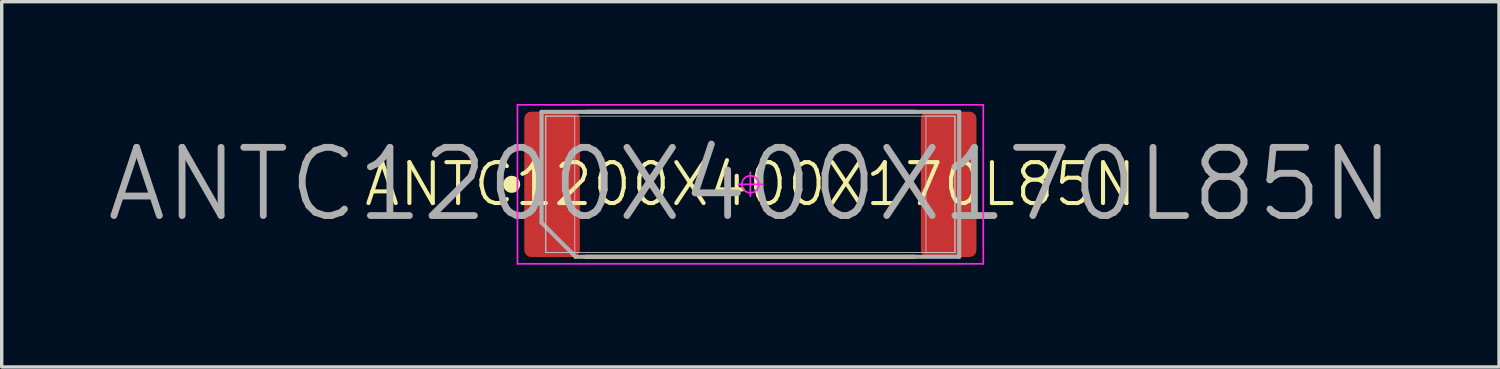
<source format=kicad_pcb>
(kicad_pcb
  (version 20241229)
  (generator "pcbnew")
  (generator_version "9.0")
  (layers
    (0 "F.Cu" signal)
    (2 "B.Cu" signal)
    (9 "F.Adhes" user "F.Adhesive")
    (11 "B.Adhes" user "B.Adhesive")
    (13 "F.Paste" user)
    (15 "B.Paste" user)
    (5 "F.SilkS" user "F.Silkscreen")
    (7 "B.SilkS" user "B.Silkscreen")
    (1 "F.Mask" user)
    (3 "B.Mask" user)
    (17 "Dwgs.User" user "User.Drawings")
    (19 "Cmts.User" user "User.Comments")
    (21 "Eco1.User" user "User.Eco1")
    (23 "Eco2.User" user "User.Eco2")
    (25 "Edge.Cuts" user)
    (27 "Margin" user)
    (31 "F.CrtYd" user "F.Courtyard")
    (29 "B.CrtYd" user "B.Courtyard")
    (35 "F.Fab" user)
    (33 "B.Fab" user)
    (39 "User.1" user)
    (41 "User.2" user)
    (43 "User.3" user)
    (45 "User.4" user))
  (footprint "ANTC1200X400X170L85N"
    (layer "F.Cu")
    (at 18.957 2.356)
    (property "Reference" "ANTC1200X400X170L85N" (at 0 0 0) (layer "F.SilkS") (effects (font (size 1.2 1.2) (thickness 0.12))))
    (attr smd)
    (fp_line (start -4.821 -2.125) (end 4.821 -2.125) (stroke (width 0.12) (type solid)) (layer "F.SilkS"))
    (fp_line (start -4.821 2.125) (end 4.821 2.125) (stroke (width 0.12) (type solid)) (layer "F.SilkS"))
    (fp_circle (center -7.001 0) (end -7.001 0.125) (stroke (width 0.25) (type solid)) (fill no) (layer "F.SilkS"))
    (fp_line (start -6 -2) (end -5.15 -2) (stroke (width 0.025) (type solid)) (layer "Dwgs.User"))
    (fp_line (start -6 -2) (end 6 -2) (stroke (width 0.025) (type solid)) (layer "Dwgs.User"))
    (fp_line (start -6 2) (end -6 -2) (stroke (width 0.025) (type solid)) (layer "Dwgs.User"))
    (fp_line (start -6 2) (end -6 -2) (stroke (width 0.025) (type solid)) (layer "Dwgs.User"))
    (fp_line (start -5.15 -2) (end -5.15 2) (stroke (width 0.025) (type solid)) (layer "Dwgs.User"))
    (fp_line (start -5.15 2) (end -6 2) (stroke (width 0.025) (type solid)) (layer "Dwgs.User"))
    (fp_line (start 5.15 -2) (end 6 -2) (stroke (width 0.025) (type solid)) (layer "Dwgs.User"))
    (fp_line (start 5.15 2) (end 5.15 -2) (stroke (width 0.025) (type solid)) (layer "Dwgs.User"))
    (fp_line (start 6 -2) (end 6 2) (stroke (width 0.025) (type solid)) (layer "Dwgs.User"))
    (fp_line (start 6 -2) (end 6 2) (stroke (width 0.025) (type solid)) (layer "Dwgs.User"))
    (fp_line (start 6 2) (end -6 2) (stroke (width 0.025) (type solid)) (layer "Dwgs.User"))
    (fp_line (start 6 2) (end 5.15 2) (stroke (width 0.025) (type solid)) (layer "Dwgs.User"))
    (fp_line (start -6.831 -2.331) (end 6.831 -2.331) (stroke (width 0.05) (type solid)) (layer "F.CrtYd"))
    (fp_line (start -6.831 2.331) (end -6.831 -2.331) (stroke (width 0.05) (type solid)) (layer "F.CrtYd"))
    (fp_line (start 0 -0.35) (end 0 0.35) (stroke (width 0.05) (type solid)) (layer "F.CrtYd"))
    (fp_line (start 0.35 0) (end -0.35 0) (stroke (width 0.05) (type solid)) (layer "F.CrtYd"))
    (fp_line (start 6.831 -2.331) (end 6.831 2.331) (stroke (width 0.05) (type solid)) (layer "F.CrtYd"))
    (fp_line (start 6.831 2.331) (end -6.831 2.331) (stroke (width 0.05) (type solid)) (layer "F.CrtYd"))
    (fp_circle (center 0 0) (end 0 0.25) (stroke (width 0.05) (type solid)) (fill no) (layer "F.CrtYd"))
    (fp_line (start -6.125 -2.125) (end -6.125 1.125) (stroke (width 0.12) (type solid)) (layer "F.Fab"))
    (fp_line (start -6.125 1.125) (end -5.125 2.125) (stroke (width 0.12) (type solid)) (layer "F.Fab"))
    (fp_line (start -5.125 2.125) (end 6.125 2.125) (stroke (width 0.12) (type solid)) (layer "F.Fab"))
    (fp_line (start 6.125 -2.125) (end -6.125 -2.125) (stroke (width 0.12) (type solid)) (layer "F.Fab"))
    (fp_line (start 6.125 2.125) (end 6.125 -2.125) (stroke (width 0.12) (type solid)) (layer "F.Fab"))
    (fp_text user "${REFERENCE}" (at 0 0 0) (layer "F.Fab") (effects (font (size 2 2) (thickness 0.2))))
    (pad "1" smd roundrect (at -5.816 0) (size 1.63 4.262) (layers "F.Cu" "F.Mask" "F.Paste") (roundrect_rratio 0.123))
    (pad "2" smd roundrect (at 5.816 0) (size 1.63 4.262) (layers "F.Cu" "F.Mask" "F.Paste") (roundrect_rratio 0.123)))
  (gr_rect
    (start -3 -3)
    (end 40.914 7.712)
    (stroke (width 0.1) (type default))
    (fill no)
    (layer "Edge.Cuts")))
</source>
